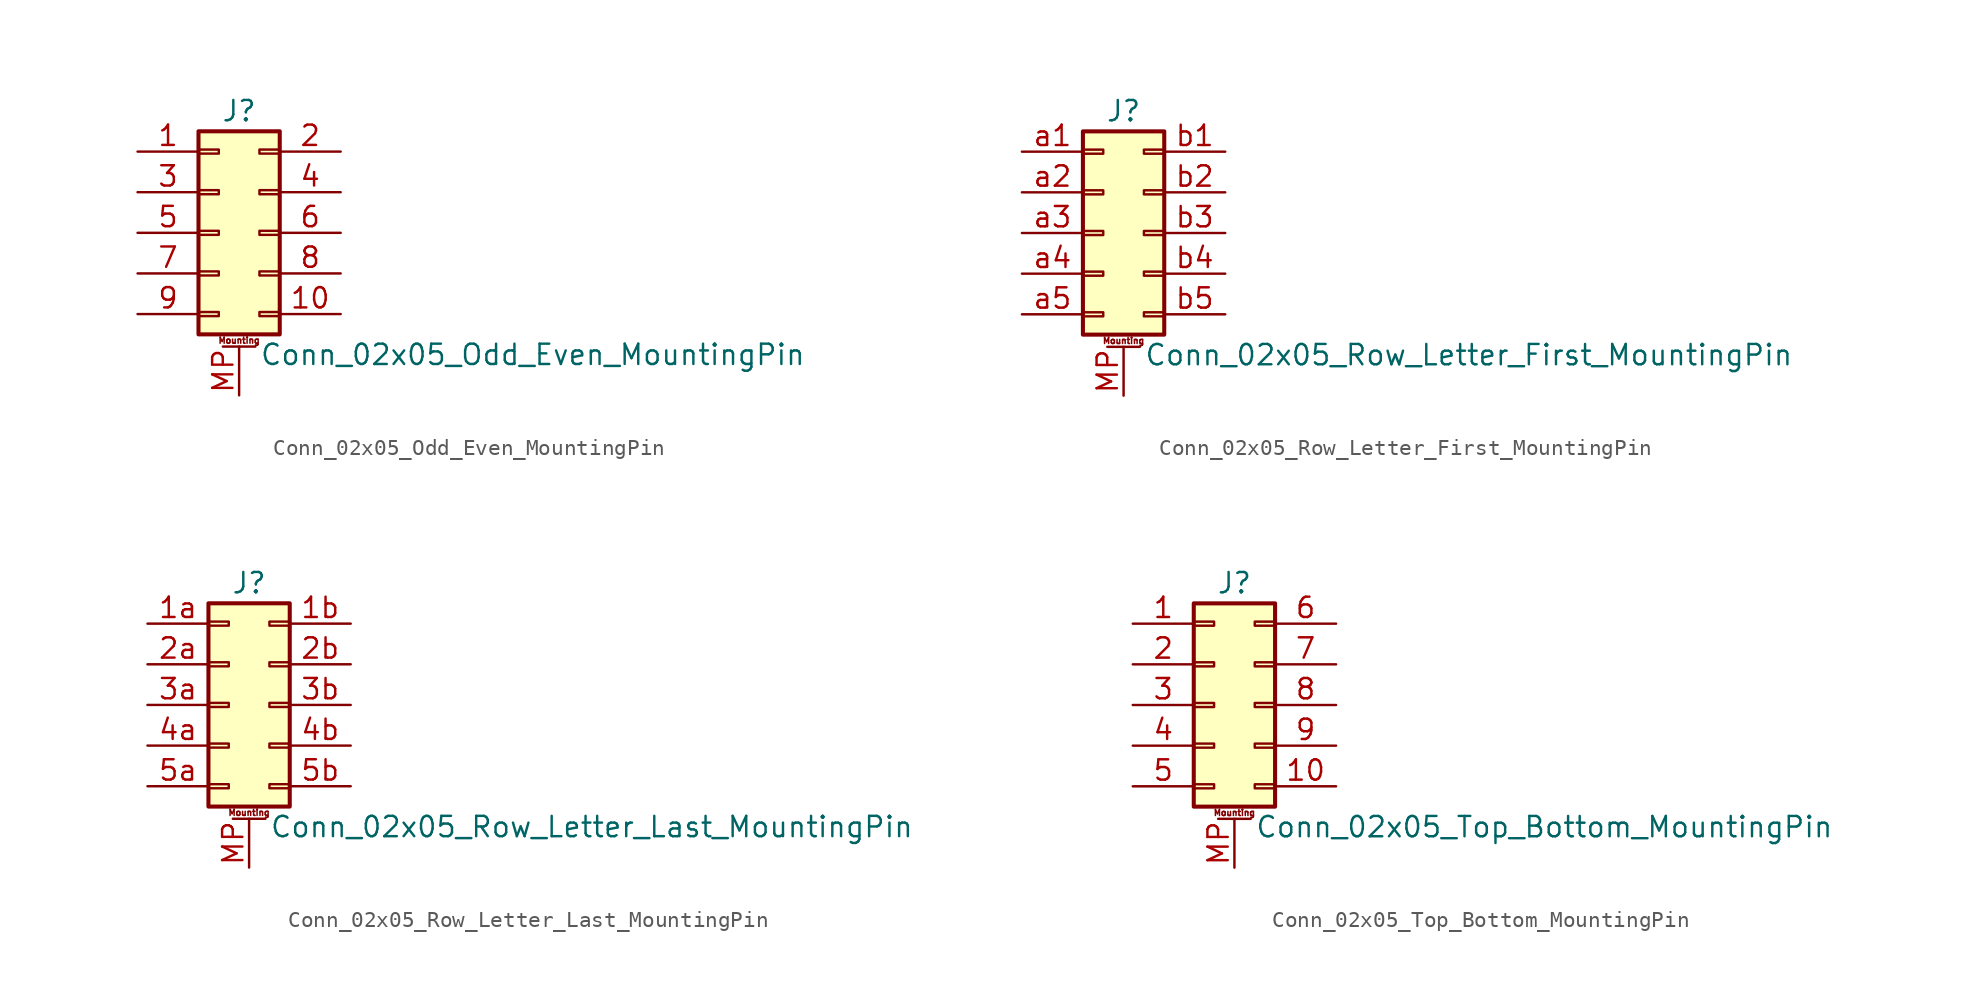
<source format=kicad_sym>
(kicad_symbol_lib
  (version 20201005)
  (generator kicad_symbol_editor)
  (symbol "Conn_02x05_Odd_Even_MountingPin"
    (pin_names
      (offset 1.016) hide)
    (property "Reference" "J"
      (at 1.27 7.62 0)
      (effects (font (size 1.27 1.27))))
    (property "Value" "Conn_02x05_Odd_Even_MountingPin"
      (at 2.54 -7.62 0)
      (effects (font (size 1.27 1.27)) (justify left)))
    (symbol "Conn_02x05_Odd_Even_MountingPin_1_1"
      (text "Mounting" (at 1.27 -6.731 0) (effects (font (size 0.381 0.381))))
      (rectangle (start -1.27 -4.953) (end 0 -5.207) (stroke (width 0.152)) (fill (type none)))
      (rectangle (start -1.27 -2.413) (end 0 -2.667) (stroke (width 0.152)) (fill (type none)))
      (rectangle (start -1.27 0.127) (end 0 -0.127) (stroke (width 0.152)) (fill (type none)))
      (rectangle (start -1.27 2.667) (end 0 2.413) (stroke (width 0.152)) (fill (type none)))
      (rectangle (start -1.27 5.207) (end 0 4.953) (stroke (width 0.152)) (fill (type none)))
      (rectangle (start -1.27 6.35) (end 3.81 -6.35) (stroke (width 0.254)) (fill (type background)))
      (rectangle (start 3.81 -4.953) (end 2.54 -5.207) (stroke (width 0.152)) (fill (type none)))
      (rectangle (start 3.81 -2.413) (end 2.54 -2.667) (stroke (width 0.152)) (fill (type none)))
      (rectangle (start 3.81 0.127) (end 2.54 -0.127) (stroke (width 0.152)) (fill (type none)))
      (rectangle (start 3.81 2.667) (end 2.54 2.413) (stroke (width 0.152)) (fill (type none)))
      (rectangle (start 3.81 5.207) (end 2.54 4.953) (stroke (width 0.152)) (fill (type none)))
      (polyline (pts (xy 0.254 -7.112) (xy 2.286 -7.112)) (stroke (width 0.152)) (fill (type none)))
      (pin passive line (at -5.08 5.08 0) (length 3.81) (name "Pin_1" (effects (font (size 1.27 1.27)))) (number "1" (effects (font (size 1.27 1.27)))))
      (pin passive line (at 7.62 -5.08 180) (length 3.81) (name "Pin_10" (effects (font (size 1.27 1.27)))) (number "10" (effects (font (size 1.27 1.27)))))
      (pin passive line (at 7.62 5.08 180) (length 3.81) (name "Pin_2" (effects (font (size 1.27 1.27)))) (number "2" (effects (font (size 1.27 1.27)))))
      (pin passive line (at -5.08 2.54 0) (length 3.81) (name "Pin_3" (effects (font (size 1.27 1.27)))) (number "3" (effects (font (size 1.27 1.27)))))
      (pin passive line (at 7.62 2.54 180) (length 3.81) (name "Pin_4" (effects (font (size 1.27 1.27)))) (number "4" (effects (font (size 1.27 1.27)))))
      (pin passive line (at -5.08 0 0) (length 3.81) (name "Pin_5" (effects (font (size 1.27 1.27)))) (number "5" (effects (font (size 1.27 1.27)))))
      (pin passive line (at 7.62 0 180) (length 3.81) (name "Pin_6" (effects (font (size 1.27 1.27)))) (number "6" (effects (font (size 1.27 1.27)))))
      (pin passive line (at -5.08 -2.54 0) (length 3.81) (name "Pin_7" (effects (font (size 1.27 1.27)))) (number "7" (effects (font (size 1.27 1.27)))))
      (pin passive line (at 7.62 -2.54 180) (length 3.81) (name "Pin_8" (effects (font (size 1.27 1.27)))) (number "8" (effects (font (size 1.27 1.27)))))
      (pin passive line (at -5.08 -5.08 0) (length 3.81) (name "Pin_9" (effects (font (size 1.27 1.27)))) (number "9" (effects (font (size 1.27 1.27)))))
      (pin passive line (at 1.27 -10.16 90) (length 3.048) (name "MountPin" (effects (font (size 1.27 1.27)))) (number "MP" (effects (font (size 1.27 1.27)))))))
  (symbol "Conn_02x05_Row_Letter_First_MountingPin"
    (pin_names
      (offset 1.016) hide)
    (property "Reference" "J"
      (at 1.27 7.62 0)
      (effects (font (size 1.27 1.27))))
    (property "Value" "Conn_02x05_Row_Letter_First_MountingPin"
      (at 2.54 -7.62 0)
      (effects (font (size 1.27 1.27)) (justify left)))
    (symbol "Conn_02x05_Row_Letter_First_MountingPin_1_1"
      (text "Mounting" (at 1.27 -6.731 0) (effects (font (size 0.381 0.381))))
      (rectangle (start -1.27 -4.953) (end 0 -5.207) (stroke (width 0.152)) (fill (type none)))
      (rectangle (start -1.27 -2.413) (end 0 -2.667) (stroke (width 0.152)) (fill (type none)))
      (rectangle (start -1.27 0.127) (end 0 -0.127) (stroke (width 0.152)) (fill (type none)))
      (rectangle (start -1.27 2.667) (end 0 2.413) (stroke (width 0.152)) (fill (type none)))
      (rectangle (start -1.27 5.207) (end 0 4.953) (stroke (width 0.152)) (fill (type none)))
      (rectangle (start -1.27 6.35) (end 3.81 -6.35) (stroke (width 0.254)) (fill (type background)))
      (rectangle (start 3.81 -4.953) (end 2.54 -5.207) (stroke (width 0.152)) (fill (type none)))
      (rectangle (start 3.81 -2.413) (end 2.54 -2.667) (stroke (width 0.152)) (fill (type none)))
      (rectangle (start 3.81 0.127) (end 2.54 -0.127) (stroke (width 0.152)) (fill (type none)))
      (rectangle (start 3.81 2.667) (end 2.54 2.413) (stroke (width 0.152)) (fill (type none)))
      (rectangle (start 3.81 5.207) (end 2.54 4.953) (stroke (width 0.152)) (fill (type none)))
      (polyline (pts (xy 0.254 -7.112) (xy 2.286 -7.112)) (stroke (width 0.152)) (fill (type none)))
      (pin passive line (at 1.27 -10.16 90) (length 3.048) (name "MountPin" (effects (font (size 1.27 1.27)))) (number "MP" (effects (font (size 1.27 1.27)))))
      (pin passive line (at -5.08 5.08 0) (length 3.81) (name "Pin_a1" (effects (font (size 1.27 1.27)))) (number "a1" (effects (font (size 1.27 1.27)))))
      (pin passive line (at -5.08 2.54 0) (length 3.81) (name "Pin_a2" (effects (font (size 1.27 1.27)))) (number "a2" (effects (font (size 1.27 1.27)))))
      (pin passive line (at -5.08 0 0) (length 3.81) (name "Pin_a3" (effects (font (size 1.27 1.27)))) (number "a3" (effects (font (size 1.27 1.27)))))
      (pin passive line (at -5.08 -2.54 0) (length 3.81) (name "Pin_a4" (effects (font (size 1.27 1.27)))) (number "a4" (effects (font (size 1.27 1.27)))))
      (pin passive line (at -5.08 -5.08 0) (length 3.81) (name "Pin_a5" (effects (font (size 1.27 1.27)))) (number "a5" (effects (font (size 1.27 1.27)))))
      (pin passive line (at 7.62 5.08 180) (length 3.81) (name "Pin_b1" (effects (font (size 1.27 1.27)))) (number "b1" (effects (font (size 1.27 1.27)))))
      (pin passive line (at 7.62 2.54 180) (length 3.81) (name "Pin_b2" (effects (font (size 1.27 1.27)))) (number "b2" (effects (font (size 1.27 1.27)))))
      (pin passive line (at 7.62 0 180) (length 3.81) (name "Pin_b3" (effects (font (size 1.27 1.27)))) (number "b3" (effects (font (size 1.27 1.27)))))
      (pin passive line (at 7.62 -2.54 180) (length 3.81) (name "Pin_b4" (effects (font (size 1.27 1.27)))) (number "b4" (effects (font (size 1.27 1.27)))))
      (pin passive line (at 7.62 -5.08 180) (length 3.81) (name "Pin_b5" (effects (font (size 1.27 1.27)))) (number "b5" (effects (font (size 1.27 1.27)))))))
  (symbol "Conn_02x05_Row_Letter_Last_MountingPin"
    (pin_names
      (offset 1.016) hide)
    (property "Reference" "J"
      (at 1.27 7.62 0)
      (effects (font (size 1.27 1.27))))
    (property "Value" "Conn_02x05_Row_Letter_Last_MountingPin"
      (at 2.54 -7.62 0)
      (effects (font (size 1.27 1.27)) (justify left)))
    (symbol "Conn_02x05_Row_Letter_Last_MountingPin_1_1"
      (text "Mounting" (at 1.27 -6.731 0) (effects (font (size 0.381 0.381))))
      (rectangle (start -1.27 -4.953) (end 0 -5.207) (stroke (width 0.152)) (fill (type none)))
      (rectangle (start -1.27 -2.413) (end 0 -2.667) (stroke (width 0.152)) (fill (type none)))
      (rectangle (start -1.27 0.127) (end 0 -0.127) (stroke (width 0.152)) (fill (type none)))
      (rectangle (start -1.27 2.667) (end 0 2.413) (stroke (width 0.152)) (fill (type none)))
      (rectangle (start -1.27 5.207) (end 0 4.953) (stroke (width 0.152)) (fill (type none)))
      (rectangle (start -1.27 6.35) (end 3.81 -6.35) (stroke (width 0.254)) (fill (type background)))
      (rectangle (start 3.81 -4.953) (end 2.54 -5.207) (stroke (width 0.152)) (fill (type none)))
      (rectangle (start 3.81 -2.413) (end 2.54 -2.667) (stroke (width 0.152)) (fill (type none)))
      (rectangle (start 3.81 0.127) (end 2.54 -0.127) (stroke (width 0.152)) (fill (type none)))
      (rectangle (start 3.81 2.667) (end 2.54 2.413) (stroke (width 0.152)) (fill (type none)))
      (rectangle (start 3.81 5.207) (end 2.54 4.953) (stroke (width 0.152)) (fill (type none)))
      (polyline (pts (xy 0.254 -7.112) (xy 2.286 -7.112)) (stroke (width 0.152)) (fill (type none)))
      (pin passive line (at -5.08 5.08 0) (length 3.81) (name "Pin_1a" (effects (font (size 1.27 1.27)))) (number "1a" (effects (font (size 1.27 1.27)))))
      (pin passive line (at 7.62 5.08 180) (length 3.81) (name "Pin_1b" (effects (font (size 1.27 1.27)))) (number "1b" (effects (font (size 1.27 1.27)))))
      (pin passive line (at -5.08 2.54 0) (length 3.81) (name "Pin_2a" (effects (font (size 1.27 1.27)))) (number "2a" (effects (font (size 1.27 1.27)))))
      (pin passive line (at 7.62 2.54 180) (length 3.81) (name "Pin_2b" (effects (font (size 1.27 1.27)))) (number "2b" (effects (font (size 1.27 1.27)))))
      (pin passive line (at -5.08 0 0) (length 3.81) (name "Pin_3a" (effects (font (size 1.27 1.27)))) (number "3a" (effects (font (size 1.27 1.27)))))
      (pin passive line (at 7.62 0 180) (length 3.81) (name "Pin_3b" (effects (font (size 1.27 1.27)))) (number "3b" (effects (font (size 1.27 1.27)))))
      (pin passive line (at -5.08 -2.54 0) (length 3.81) (name "Pin_4a" (effects (font (size 1.27 1.27)))) (number "4a" (effects (font (size 1.27 1.27)))))
      (pin passive line (at 7.62 -2.54 180) (length 3.81) (name "Pin_4b" (effects (font (size 1.27 1.27)))) (number "4b" (effects (font (size 1.27 1.27)))))
      (pin passive line (at -5.08 -5.08 0) (length 3.81) (name "Pin_5a" (effects (font (size 1.27 1.27)))) (number "5a" (effects (font (size 1.27 1.27)))))
      (pin passive line (at 7.62 -5.08 180) (length 3.81) (name "Pin_5b" (effects (font (size 1.27 1.27)))) (number "5b" (effects (font (size 1.27 1.27)))))
      (pin passive line (at 1.27 -10.16 90) (length 3.048) (name "MountPin" (effects (font (size 1.27 1.27)))) (number "MP" (effects (font (size 1.27 1.27)))))))
  (symbol "Conn_02x05_Top_Bottom_MountingPin"
    (pin_names
      (offset 1.016) hide)
    (property "Reference" "J"
      (at 1.27 7.62 0)
      (effects (font (size 1.27 1.27))))
    (property "Value" "Conn_02x05_Top_Bottom_MountingPin"
      (at 2.54 -7.62 0)
      (effects (font (size 1.27 1.27)) (justify left)))
    (symbol "Conn_02x05_Top_Bottom_MountingPin_1_1"
      (text "Mounting" (at 1.27 -6.731 0) (effects (font (size 0.381 0.381))))
      (rectangle (start -1.27 -4.953) (end 0 -5.207) (stroke (width 0.152)) (fill (type none)))
      (rectangle (start -1.27 -2.413) (end 0 -2.667) (stroke (width 0.152)) (fill (type none)))
      (rectangle (start -1.27 0.127) (end 0 -0.127) (stroke (width 0.152)) (fill (type none)))
      (rectangle (start -1.27 2.667) (end 0 2.413) (stroke (width 0.152)) (fill (type none)))
      (rectangle (start -1.27 5.207) (end 0 4.953) (stroke (width 0.152)) (fill (type none)))
      (rectangle (start -1.27 6.35) (end 3.81 -6.35) (stroke (width 0.254)) (fill (type background)))
      (rectangle (start 3.81 -4.953) (end 2.54 -5.207) (stroke (width 0.152)) (fill (type none)))
      (rectangle (start 3.81 -2.413) (end 2.54 -2.667) (stroke (width 0.152)) (fill (type none)))
      (rectangle (start 3.81 0.127) (end 2.54 -0.127) (stroke (width 0.152)) (fill (type none)))
      (rectangle (start 3.81 2.667) (end 2.54 2.413) (stroke (width 0.152)) (fill (type none)))
      (rectangle (start 3.81 5.207) (end 2.54 4.953) (stroke (width 0.152)) (fill (type none)))
      (polyline (pts (xy 0.254 -7.112) (xy 2.286 -7.112)) (stroke (width 0.152)) (fill (type none)))
      (pin passive line (at -5.08 5.08 0) (length 3.81) (name "Pin_1" (effects (font (size 1.27 1.27)))) (number "1" (effects (font (size 1.27 1.27)))))
      (pin passive line (at 7.62 -5.08 180) (length 3.81) (name "Pin_10" (effects (font (size 1.27 1.27)))) (number "10" (effects (font (size 1.27 1.27)))))
      (pin passive line (at -5.08 2.54 0) (length 3.81) (name "Pin_2" (effects (font (size 1.27 1.27)))) (number "2" (effects (font (size 1.27 1.27)))))
      (pin passive line (at -5.08 0 0) (length 3.81) (name "Pin_3" (effects (font (size 1.27 1.27)))) (number "3" (effects (font (size 1.27 1.27)))))
      (pin passive line (at -5.08 -2.54 0) (length 3.81) (name "Pin_4" (effects (font (size 1.27 1.27)))) (number "4" (effects (font (size 1.27 1.27)))))
      (pin passive line (at -5.08 -5.08 0) (length 3.81) (name "Pin_5" (effects (font (size 1.27 1.27)))) (number "5" (effects (font (size 1.27 1.27)))))
      (pin passive line (at 7.62 5.08 180) (length 3.81) (name "Pin_6" (effects (font (size 1.27 1.27)))) (number "6" (effects (font (size 1.27 1.27)))))
      (pin passive line (at 7.62 2.54 180) (length 3.81) (name "Pin_7" (effects (font (size 1.27 1.27)))) (number "7" (effects (font (size 1.27 1.27)))))
      (pin passive line (at 7.62 0 180) (length 3.81) (name "Pin_8" (effects (font (size 1.27 1.27)))) (number "8" (effects (font (size 1.27 1.27)))))
      (pin passive line (at 7.62 -2.54 180) (length 3.81) (name "Pin_9" (effects (font (size 1.27 1.27)))) (number "9" (effects (font (size 1.27 1.27)))))
      (pin passive line (at 1.27 -10.16 90) (length 3.048) (name "MountPin" (effects (font (size 1.27 1.27)))) (number "MP" (effects (font (size 1.27 1.27))))))))
</source>
